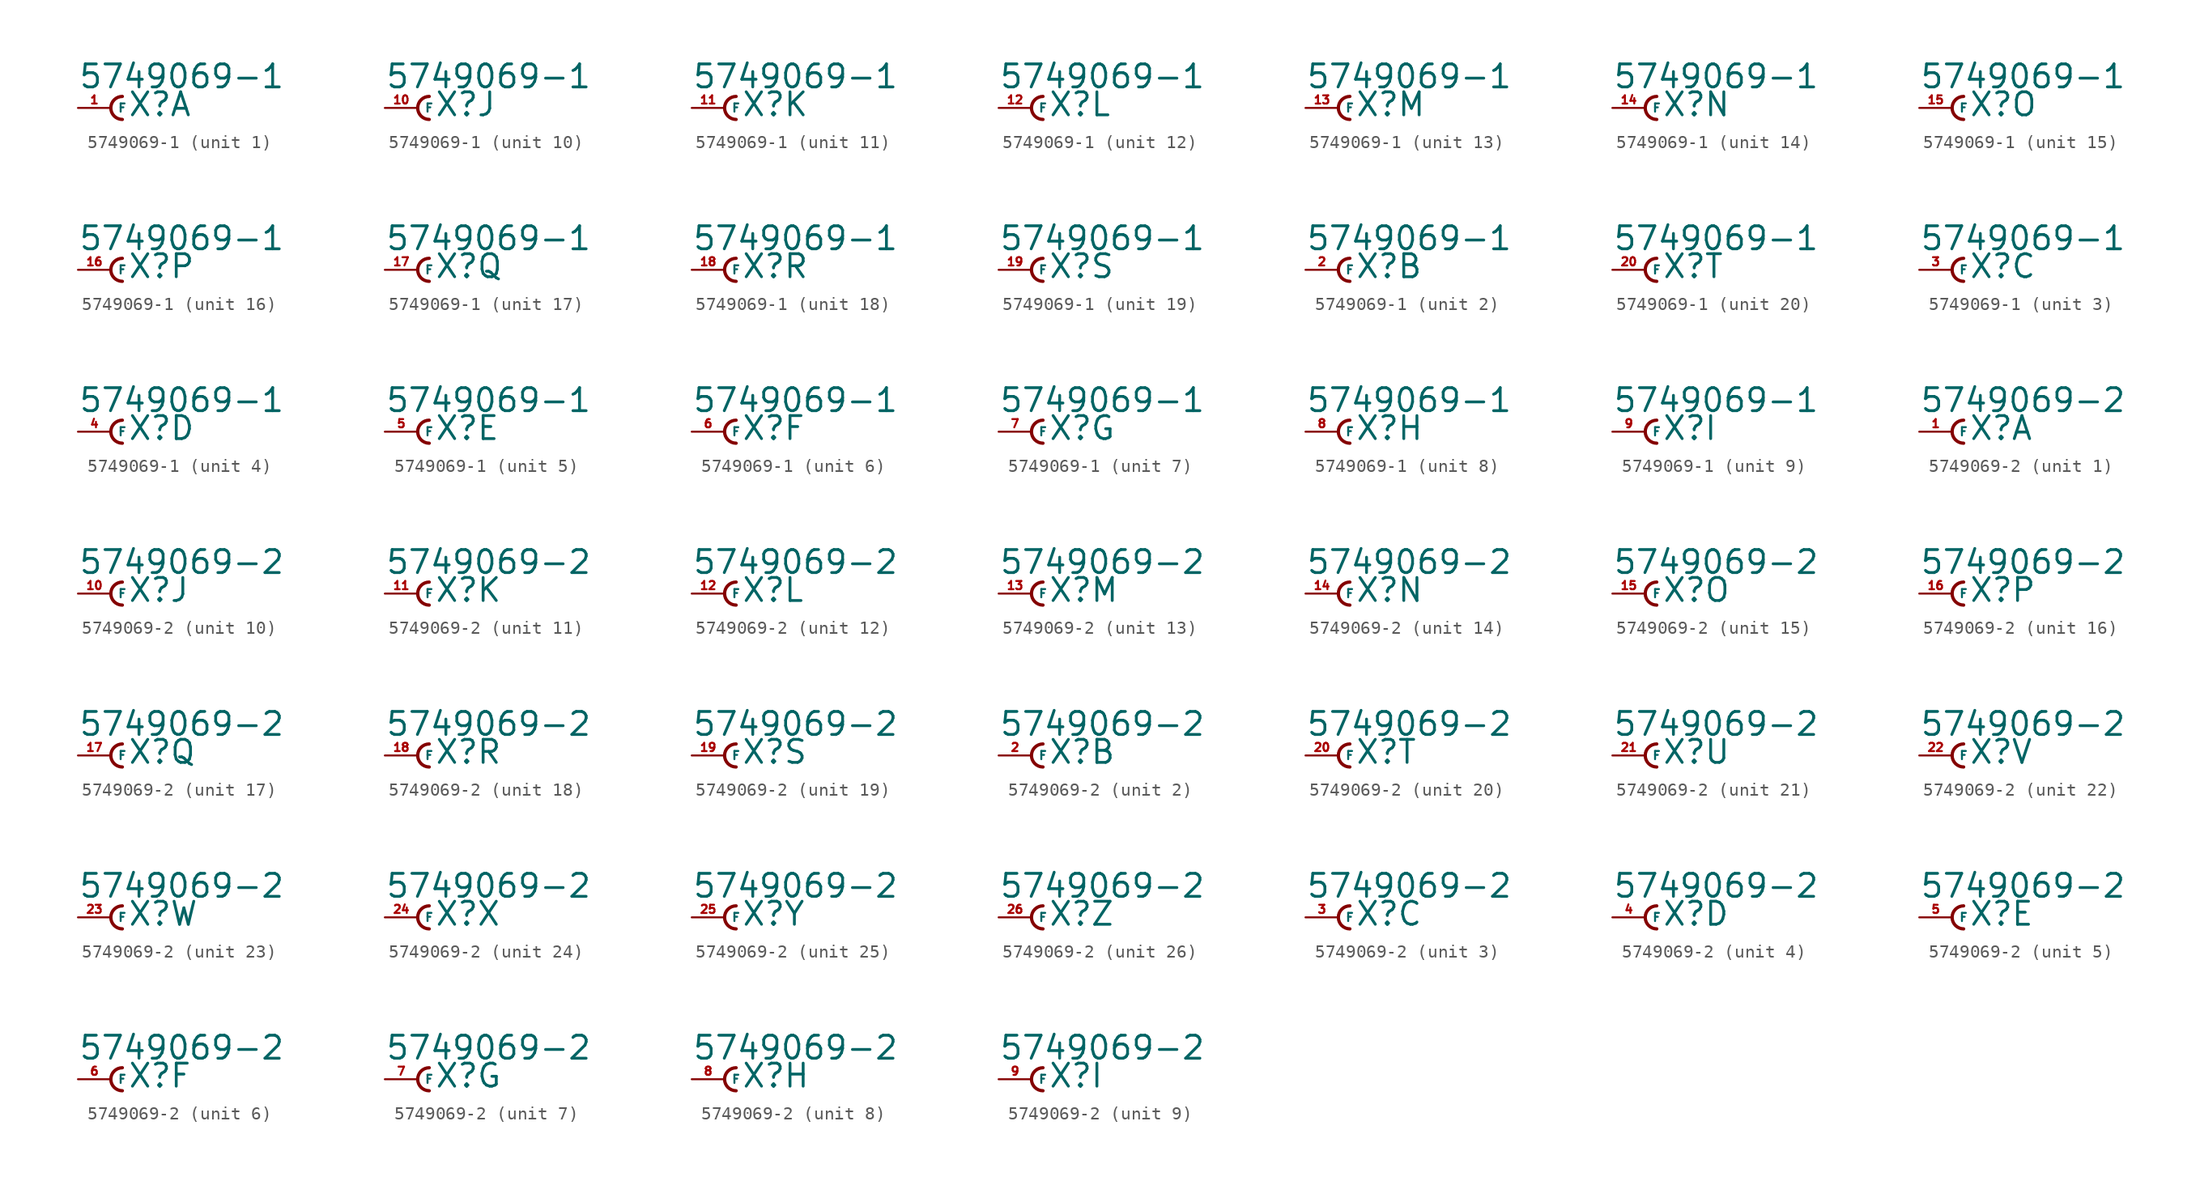
<source format=kicad_sym>
(kicad_symbol_lib
  (version 20220914)
  (generator Eagle2Kicad)
  (symbol "5749069-1"
    (property "Reference" "X"
      (at 1.27 -0.762 0)
      (effects (font (size 1.778 1.778) (thickness 0.22)) (justify left bottom)))
    (property "Value" "5749069-1"
      (at -2.54 1.397 0)
      (effects (font (size 1.778 1.778) (thickness 0.22)) (justify left bottom)))
    (symbol "5749069-1_1_0"
      (arc (start 0.889 0.889) (mid 0.000 0.000) (end 0.889 -0.889) (stroke (width 0.254) (type default)) (fill (type none)))
      (pin passive line (at -2.54 0 0) (length 2.54) (name "F" (effects (font (size 0.635 0.635) (thickness 0.08)) (justify left bottom))) (number "1" (effects (font (size 0.635 0.635) (thickness 0.08)) (justify left bottom)))))
    (symbol "5749069-1_2_0"
      (arc (start 0.889 0.889) (mid 0.000 0.000) (end 0.889 -0.889) (stroke (width 0.254) (type default)) (fill (type none)))
      (pin passive line (at -2.54 0 0) (length 2.54) (name "F" (effects (font (size 0.635 0.635) (thickness 0.08)) (justify left bottom))) (number "2" (effects (font (size 0.635 0.635) (thickness 0.08)) (justify left bottom)))))
    (symbol "5749069-1_3_0"
      (arc (start 0.889 0.889) (mid 0.000 0.000) (end 0.889 -0.889) (stroke (width 0.254) (type default)) (fill (type none)))
      (pin passive line (at -2.54 0 0) (length 2.54) (name "F" (effects (font (size 0.635 0.635) (thickness 0.08)) (justify left bottom))) (number "3" (effects (font (size 0.635 0.635) (thickness 0.08)) (justify left bottom)))))
    (symbol "5749069-1_4_0"
      (arc (start 0.889 0.889) (mid 0.000 0.000) (end 0.889 -0.889) (stroke (width 0.254) (type default)) (fill (type none)))
      (pin passive line (at -2.54 0 0) (length 2.54) (name "F" (effects (font (size 0.635 0.635) (thickness 0.08)) (justify left bottom))) (number "4" (effects (font (size 0.635 0.635) (thickness 0.08)) (justify left bottom)))))
    (symbol "5749069-1_5_0"
      (arc (start 0.889 0.889) (mid 0.000 0.000) (end 0.889 -0.889) (stroke (width 0.254) (type default)) (fill (type none)))
      (pin passive line (at -2.54 0 0) (length 2.54) (name "F" (effects (font (size 0.635 0.635) (thickness 0.08)) (justify left bottom))) (number "5" (effects (font (size 0.635 0.635) (thickness 0.08)) (justify left bottom)))))
    (symbol "5749069-1_6_0"
      (arc (start 0.889 0.889) (mid 0.000 0.000) (end 0.889 -0.889) (stroke (width 0.254) (type default)) (fill (type none)))
      (pin passive line (at -2.54 0 0) (length 2.54) (name "F" (effects (font (size 0.635 0.635) (thickness 0.08)) (justify left bottom))) (number "6" (effects (font (size 0.635 0.635) (thickness 0.08)) (justify left bottom)))))
    (symbol "5749069-1_7_0"
      (arc (start 0.889 0.889) (mid 0.000 0.000) (end 0.889 -0.889) (stroke (width 0.254) (type default)) (fill (type none)))
      (pin passive line (at -2.54 0 0) (length 2.54) (name "F" (effects (font (size 0.635 0.635) (thickness 0.08)) (justify left bottom))) (number "7" (effects (font (size 0.635 0.635) (thickness 0.08)) (justify left bottom)))))
    (symbol "5749069-1_8_0"
      (arc (start 0.889 0.889) (mid 0.000 0.000) (end 0.889 -0.889) (stroke (width 0.254) (type default)) (fill (type none)))
      (pin passive line (at -2.54 0 0) (length 2.54) (name "F" (effects (font (size 0.635 0.635) (thickness 0.08)) (justify left bottom))) (number "8" (effects (font (size 0.635 0.635) (thickness 0.08)) (justify left bottom)))))
    (symbol "5749069-1_9_0"
      (arc (start 0.889 0.889) (mid 0.000 0.000) (end 0.889 -0.889) (stroke (width 0.254) (type default)) (fill (type none)))
      (pin passive line (at -2.54 0 0) (length 2.54) (name "F" (effects (font (size 0.635 0.635) (thickness 0.08)) (justify left bottom))) (number "9" (effects (font (size 0.635 0.635) (thickness 0.08)) (justify left bottom)))))
    (symbol "5749069-1_10_0"
      (arc (start 0.889 0.889) (mid 0.000 0.000) (end 0.889 -0.889) (stroke (width 0.254) (type default)) (fill (type none)))
      (pin passive line (at -2.54 0 0) (length 2.54) (name "F" (effects (font (size 0.635 0.635) (thickness 0.08)) (justify left bottom))) (number "10" (effects (font (size 0.635 0.635) (thickness 0.08)) (justify left bottom)))))
    (symbol "5749069-1_11_0"
      (arc (start 0.889 0.889) (mid 0.000 0.000) (end 0.889 -0.889) (stroke (width 0.254) (type default)) (fill (type none)))
      (pin passive line (at -2.54 0 0) (length 2.54) (name "F" (effects (font (size 0.635 0.635) (thickness 0.08)) (justify left bottom))) (number "11" (effects (font (size 0.635 0.635) (thickness 0.08)) (justify left bottom)))))
    (symbol "5749069-1_12_0"
      (arc (start 0.889 0.889) (mid 0.000 0.000) (end 0.889 -0.889) (stroke (width 0.254) (type default)) (fill (type none)))
      (pin passive line (at -2.54 0 0) (length 2.54) (name "F" (effects (font (size 0.635 0.635) (thickness 0.08)) (justify left bottom))) (number "12" (effects (font (size 0.635 0.635) (thickness 0.08)) (justify left bottom)))))
    (symbol "5749069-1_13_0"
      (arc (start 0.889 0.889) (mid 0.000 0.000) (end 0.889 -0.889) (stroke (width 0.254) (type default)) (fill (type none)))
      (pin passive line (at -2.54 0 0) (length 2.54) (name "F" (effects (font (size 0.635 0.635) (thickness 0.08)) (justify left bottom))) (number "13" (effects (font (size 0.635 0.635) (thickness 0.08)) (justify left bottom)))))
    (symbol "5749069-1_14_0"
      (arc (start 0.889 0.889) (mid 0.000 0.000) (end 0.889 -0.889) (stroke (width 0.254) (type default)) (fill (type none)))
      (pin passive line (at -2.54 0 0) (length 2.54) (name "F" (effects (font (size 0.635 0.635) (thickness 0.08)) (justify left bottom))) (number "14" (effects (font (size 0.635 0.635) (thickness 0.08)) (justify left bottom)))))
    (symbol "5749069-1_15_0"
      (arc (start 0.889 0.889) (mid 0.000 0.000) (end 0.889 -0.889) (stroke (width 0.254) (type default)) (fill (type none)))
      (pin passive line (at -2.54 0 0) (length 2.54) (name "F" (effects (font (size 0.635 0.635) (thickness 0.08)) (justify left bottom))) (number "15" (effects (font (size 0.635 0.635) (thickness 0.08)) (justify left bottom)))))
    (symbol "5749069-1_16_0"
      (arc (start 0.889 0.889) (mid 0.000 0.000) (end 0.889 -0.889) (stroke (width 0.254) (type default)) (fill (type none)))
      (pin passive line (at -2.54 0 0) (length 2.54) (name "F" (effects (font (size 0.635 0.635) (thickness 0.08)) (justify left bottom))) (number "16" (effects (font (size 0.635 0.635) (thickness 0.08)) (justify left bottom)))))
    (symbol "5749069-1_17_0"
      (arc (start 0.889 0.889) (mid 0.000 0.000) (end 0.889 -0.889) (stroke (width 0.254) (type default)) (fill (type none)))
      (pin passive line (at -2.54 0 0) (length 2.54) (name "F" (effects (font (size 0.635 0.635) (thickness 0.08)) (justify left bottom))) (number "17" (effects (font (size 0.635 0.635) (thickness 0.08)) (justify left bottom)))))
    (symbol "5749069-1_18_0"
      (arc (start 0.889 0.889) (mid 0.000 0.000) (end 0.889 -0.889) (stroke (width 0.254) (type default)) (fill (type none)))
      (pin passive line (at -2.54 0 0) (length 2.54) (name "F" (effects (font (size 0.635 0.635) (thickness 0.08)) (justify left bottom))) (number "18" (effects (font (size 0.635 0.635) (thickness 0.08)) (justify left bottom)))))
    (symbol "5749069-1_19_0"
      (arc (start 0.889 0.889) (mid 0.000 0.000) (end 0.889 -0.889) (stroke (width 0.254) (type default)) (fill (type none)))
      (pin passive line (at -2.54 0 0) (length 2.54) (name "F" (effects (font (size 0.635 0.635) (thickness 0.08)) (justify left bottom))) (number "19" (effects (font (size 0.635 0.635) (thickness 0.08)) (justify left bottom)))))
    (symbol "5749069-1_20_0"
      (arc (start 0.889 0.889) (mid 0.000 0.000) (end 0.889 -0.889) (stroke (width 0.254) (type default)) (fill (type none)))
      (pin passive line (at -2.54 0 0) (length 2.54) (name "F" (effects (font (size 0.635 0.635) (thickness 0.08)) (justify left bottom))) (number "20" (effects (font (size 0.635 0.635) (thickness 0.08)) (justify left bottom))))))
  (symbol "5749069-2"
    (property "Reference" "X"
      (at 1.27 -0.762 0)
      (effects (font (size 1.778 1.778) (thickness 0.22)) (justify left bottom)))
    (property "Value" "5749069-2"
      (at -2.54 1.397 0)
      (effects (font (size 1.778 1.778) (thickness 0.22)) (justify left bottom)))
    (symbol "5749069-2_1_0"
      (arc (start 0.889 0.889) (mid 0.000 0.000) (end 0.889 -0.889) (stroke (width 0.254) (type default)) (fill (type none)))
      (pin passive line (at -2.54 0 0) (length 2.54) (name "F" (effects (font (size 0.635 0.635) (thickness 0.08)) (justify left bottom))) (number "1" (effects (font (size 0.635 0.635) (thickness 0.08)) (justify left bottom)))))
    (symbol "5749069-2_2_0"
      (arc (start 0.889 0.889) (mid 0.000 0.000) (end 0.889 -0.889) (stroke (width 0.254) (type default)) (fill (type none)))
      (pin passive line (at -2.54 0 0) (length 2.54) (name "F" (effects (font (size 0.635 0.635) (thickness 0.08)) (justify left bottom))) (number "2" (effects (font (size 0.635 0.635) (thickness 0.08)) (justify left bottom)))))
    (symbol "5749069-2_3_0"
      (arc (start 0.889 0.889) (mid 0.000 0.000) (end 0.889 -0.889) (stroke (width 0.254) (type default)) (fill (type none)))
      (pin passive line (at -2.54 0 0) (length 2.54) (name "F" (effects (font (size 0.635 0.635) (thickness 0.08)) (justify left bottom))) (number "3" (effects (font (size 0.635 0.635) (thickness 0.08)) (justify left bottom)))))
    (symbol "5749069-2_4_0"
      (arc (start 0.889 0.889) (mid 0.000 0.000) (end 0.889 -0.889) (stroke (width 0.254) (type default)) (fill (type none)))
      (pin passive line (at -2.54 0 0) (length 2.54) (name "F" (effects (font (size 0.635 0.635) (thickness 0.08)) (justify left bottom))) (number "4" (effects (font (size 0.635 0.635) (thickness 0.08)) (justify left bottom)))))
    (symbol "5749069-2_5_0"
      (arc (start 0.889 0.889) (mid 0.000 0.000) (end 0.889 -0.889) (stroke (width 0.254) (type default)) (fill (type none)))
      (pin passive line (at -2.54 0 0) (length 2.54) (name "F" (effects (font (size 0.635 0.635) (thickness 0.08)) (justify left bottom))) (number "5" (effects (font (size 0.635 0.635) (thickness 0.08)) (justify left bottom)))))
    (symbol "5749069-2_6_0"
      (arc (start 0.889 0.889) (mid 0.000 0.000) (end 0.889 -0.889) (stroke (width 0.254) (type default)) (fill (type none)))
      (pin passive line (at -2.54 0 0) (length 2.54) (name "F" (effects (font (size 0.635 0.635) (thickness 0.08)) (justify left bottom))) (number "6" (effects (font (size 0.635 0.635) (thickness 0.08)) (justify left bottom)))))
    (symbol "5749069-2_7_0"
      (arc (start 0.889 0.889) (mid 0.000 0.000) (end 0.889 -0.889) (stroke (width 0.254) (type default)) (fill (type none)))
      (pin passive line (at -2.54 0 0) (length 2.54) (name "F" (effects (font (size 0.635 0.635) (thickness 0.08)) (justify left bottom))) (number "7" (effects (font (size 0.635 0.635) (thickness 0.08)) (justify left bottom)))))
    (symbol "5749069-2_8_0"
      (arc (start 0.889 0.889) (mid 0.000 0.000) (end 0.889 -0.889) (stroke (width 0.254) (type default)) (fill (type none)))
      (pin passive line (at -2.54 0 0) (length 2.54) (name "F" (effects (font (size 0.635 0.635) (thickness 0.08)) (justify left bottom))) (number "8" (effects (font (size 0.635 0.635) (thickness 0.08)) (justify left bottom)))))
    (symbol "5749069-2_9_0"
      (arc (start 0.889 0.889) (mid 0.000 0.000) (end 0.889 -0.889) (stroke (width 0.254) (type default)) (fill (type none)))
      (pin passive line (at -2.54 0 0) (length 2.54) (name "F" (effects (font (size 0.635 0.635) (thickness 0.08)) (justify left bottom))) (number "9" (effects (font (size 0.635 0.635) (thickness 0.08)) (justify left bottom)))))
    (symbol "5749069-2_10_0"
      (arc (start 0.889 0.889) (mid 0.000 0.000) (end 0.889 -0.889) (stroke (width 0.254) (type default)) (fill (type none)))
      (pin passive line (at -2.54 0 0) (length 2.54) (name "F" (effects (font (size 0.635 0.635) (thickness 0.08)) (justify left bottom))) (number "10" (effects (font (size 0.635 0.635) (thickness 0.08)) (justify left bottom)))))
    (symbol "5749069-2_11_0"
      (arc (start 0.889 0.889) (mid 0.000 0.000) (end 0.889 -0.889) (stroke (width 0.254) (type default)) (fill (type none)))
      (pin passive line (at -2.54 0 0) (length 2.54) (name "F" (effects (font (size 0.635 0.635) (thickness 0.08)) (justify left bottom))) (number "11" (effects (font (size 0.635 0.635) (thickness 0.08)) (justify left bottom)))))
    (symbol "5749069-2_12_0"
      (arc (start 0.889 0.889) (mid 0.000 0.000) (end 0.889 -0.889) (stroke (width 0.254) (type default)) (fill (type none)))
      (pin passive line (at -2.54 0 0) (length 2.54) (name "F" (effects (font (size 0.635 0.635) (thickness 0.08)) (justify left bottom))) (number "12" (effects (font (size 0.635 0.635) (thickness 0.08)) (justify left bottom)))))
    (symbol "5749069-2_13_0"
      (arc (start 0.889 0.889) (mid 0.000 0.000) (end 0.889 -0.889) (stroke (width 0.254) (type default)) (fill (type none)))
      (pin passive line (at -2.54 0 0) (length 2.54) (name "F" (effects (font (size 0.635 0.635) (thickness 0.08)) (justify left bottom))) (number "13" (effects (font (size 0.635 0.635) (thickness 0.08)) (justify left bottom)))))
    (symbol "5749069-2_14_0"
      (arc (start 0.889 0.889) (mid 0.000 0.000) (end 0.889 -0.889) (stroke (width 0.254) (type default)) (fill (type none)))
      (pin passive line (at -2.54 0 0) (length 2.54) (name "F" (effects (font (size 0.635 0.635) (thickness 0.08)) (justify left bottom))) (number "14" (effects (font (size 0.635 0.635) (thickness 0.08)) (justify left bottom)))))
    (symbol "5749069-2_15_0"
      (arc (start 0.889 0.889) (mid 0.000 0.000) (end 0.889 -0.889) (stroke (width 0.254) (type default)) (fill (type none)))
      (pin passive line (at -2.54 0 0) (length 2.54) (name "F" (effects (font (size 0.635 0.635) (thickness 0.08)) (justify left bottom))) (number "15" (effects (font (size 0.635 0.635) (thickness 0.08)) (justify left bottom)))))
    (symbol "5749069-2_16_0"
      (arc (start 0.889 0.889) (mid 0.000 0.000) (end 0.889 -0.889) (stroke (width 0.254) (type default)) (fill (type none)))
      (pin passive line (at -2.54 0 0) (length 2.54) (name "F" (effects (font (size 0.635 0.635) (thickness 0.08)) (justify left bottom))) (number "16" (effects (font (size 0.635 0.635) (thickness 0.08)) (justify left bottom)))))
    (symbol "5749069-2_17_0"
      (arc (start 0.889 0.889) (mid 0.000 0.000) (end 0.889 -0.889) (stroke (width 0.254) (type default)) (fill (type none)))
      (pin passive line (at -2.54 0 0) (length 2.54) (name "F" (effects (font (size 0.635 0.635) (thickness 0.08)) (justify left bottom))) (number "17" (effects (font (size 0.635 0.635) (thickness 0.08)) (justify left bottom)))))
    (symbol "5749069-2_18_0"
      (arc (start 0.889 0.889) (mid 0.000 0.000) (end 0.889 -0.889) (stroke (width 0.254) (type default)) (fill (type none)))
      (pin passive line (at -2.54 0 0) (length 2.54) (name "F" (effects (font (size 0.635 0.635) (thickness 0.08)) (justify left bottom))) (number "18" (effects (font (size 0.635 0.635) (thickness 0.08)) (justify left bottom)))))
    (symbol "5749069-2_19_0"
      (arc (start 0.889 0.889) (mid 0.000 0.000) (end 0.889 -0.889) (stroke (width 0.254) (type default)) (fill (type none)))
      (pin passive line (at -2.54 0 0) (length 2.54) (name "F" (effects (font (size 0.635 0.635) (thickness 0.08)) (justify left bottom))) (number "19" (effects (font (size 0.635 0.635) (thickness 0.08)) (justify left bottom)))))
    (symbol "5749069-2_20_0"
      (arc (start 0.889 0.889) (mid 0.000 0.000) (end 0.889 -0.889) (stroke (width 0.254) (type default)) (fill (type none)))
      (pin passive line (at -2.54 0 0) (length 2.54) (name "F" (effects (font (size 0.635 0.635) (thickness 0.08)) (justify left bottom))) (number "20" (effects (font (size 0.635 0.635) (thickness 0.08)) (justify left bottom)))))
    (symbol "5749069-2_21_0"
      (arc (start 0.889 0.889) (mid 0.000 0.000) (end 0.889 -0.889) (stroke (width 0.254) (type default)) (fill (type none)))
      (pin passive line (at -2.54 0 0) (length 2.54) (name "F" (effects (font (size 0.635 0.635) (thickness 0.08)) (justify left bottom))) (number "21" (effects (font (size 0.635 0.635) (thickness 0.08)) (justify left bottom)))))
    (symbol "5749069-2_22_0"
      (arc (start 0.889 0.889) (mid 0.000 0.000) (end 0.889 -0.889) (stroke (width 0.254) (type default)) (fill (type none)))
      (pin passive line (at -2.54 0 0) (length 2.54) (name "F" (effects (font (size 0.635 0.635) (thickness 0.08)) (justify left bottom))) (number "22" (effects (font (size 0.635 0.635) (thickness 0.08)) (justify left bottom)))))
    (symbol "5749069-2_23_0"
      (arc (start 0.889 0.889) (mid 0.000 0.000) (end 0.889 -0.889) (stroke (width 0.254) (type default)) (fill (type none)))
      (pin passive line (at -2.54 0 0) (length 2.54) (name "F" (effects (font (size 0.635 0.635) (thickness 0.08)) (justify left bottom))) (number "23" (effects (font (size 0.635 0.635) (thickness 0.08)) (justify left bottom)))))
    (symbol "5749069-2_24_0"
      (arc (start 0.889 0.889) (mid 0.000 0.000) (end 0.889 -0.889) (stroke (width 0.254) (type default)) (fill (type none)))
      (pin passive line (at -2.54 0 0) (length 2.54) (name "F" (effects (font (size 0.635 0.635) (thickness 0.08)) (justify left bottom))) (number "24" (effects (font (size 0.635 0.635) (thickness 0.08)) (justify left bottom)))))
    (symbol "5749069-2_25_0"
      (arc (start 0.889 0.889) (mid 0.000 0.000) (end 0.889 -0.889) (stroke (width 0.254) (type default)) (fill (type none)))
      (pin passive line (at -2.54 0 0) (length 2.54) (name "F" (effects (font (size 0.635 0.635) (thickness 0.08)) (justify left bottom))) (number "25" (effects (font (size 0.635 0.635) (thickness 0.08)) (justify left bottom)))))
    (symbol "5749069-2_26_0"
      (arc (start 0.889 0.889) (mid 0.000 0.000) (end 0.889 -0.889) (stroke (width 0.254) (type default)) (fill (type none)))
      (pin passive line (at -2.54 0 0) (length 2.54) (name "F" (effects (font (size 0.635 0.635) (thickness 0.08)) (justify left bottom))) (number "26" (effects (font (size 0.635 0.635) (thickness 0.08)) (justify left bottom)))))))
</source>
